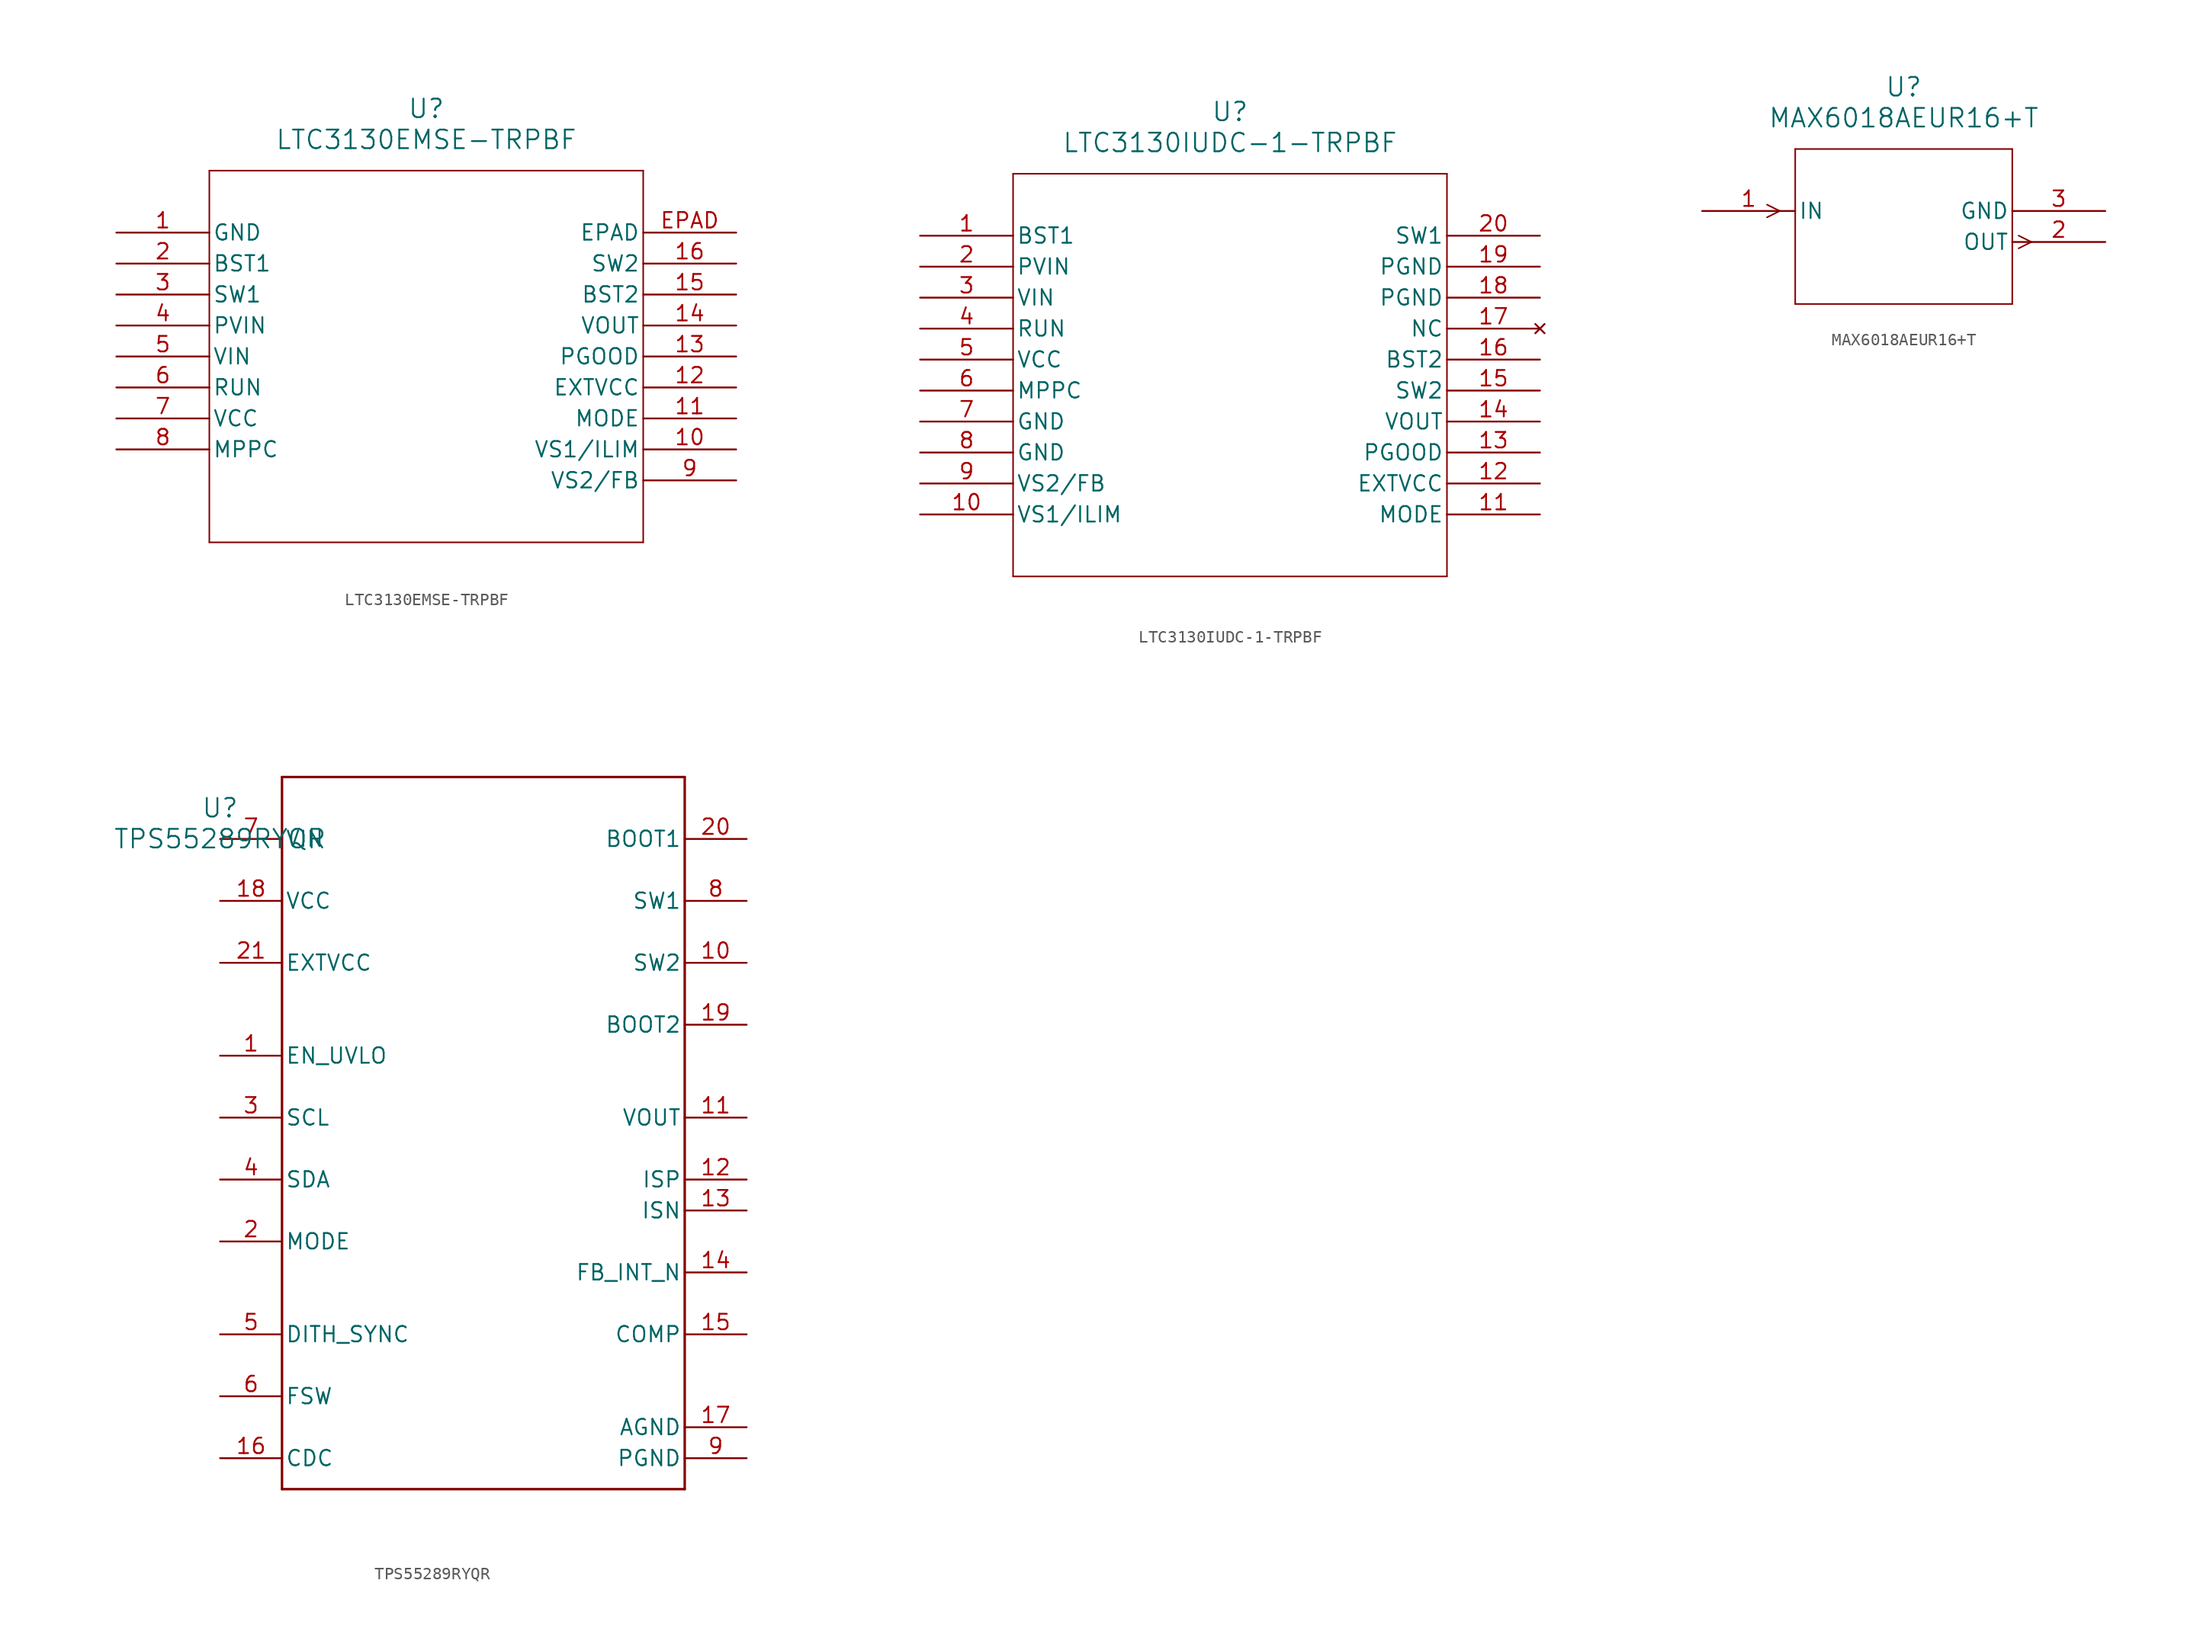
<source format=kicad_sym>
(kicad_symbol_lib
  (version 20231120)
  (generator "kicad_symbol_editor")
  (generator_version "8.0")
  (symbol "LTC3130EMSE-TRPBF"
    (pin_names
      (offset 0.254))
    (property "Reference" "U"
      (at 25.4 10.16 0)
      (effects (font (size 1.524 1.524))))
    (property "Value" "LTC3130EMSE-TRPBF"
      (at 25.4 7.62 0)
      (effects (font (size 1.524 1.524))))
    (property "ki_locked" ""
      (at 0 0 0)
      (effects (font (size 1.27 1.27))))
    (symbol "LTC3130EMSE-TRPBF_0_1"
      (polyline (pts (xy 7.62 -25.4) (xy 43.18 -25.4)) (stroke (width 0.127) (type default)) (fill (type none)))
      (polyline (pts (xy 7.62 5.08) (xy 7.62 -25.4)) (stroke (width 0.127) (type default)) (fill (type none)))
      (polyline (pts (xy 43.18 -25.4) (xy 43.18 5.08)) (stroke (width 0.127) (type default)) (fill (type none)))
      (polyline (pts (xy 43.18 5.08) (xy 7.62 5.08)) (stroke (width 0.127) (type default)) (fill (type none)))
      (pin power_out line (at 0 0 0) (length 7.62) (name "GND" (effects (font (size 1.27 1.27)))) (number "1" (effects (font (size 1.27 1.27)))))
      (pin bidirectional line (at 50.8 -17.78 180) (length 7.62) (name "VS1/ILIM" (effects (font (size 1.27 1.27)))) (number "10" (effects (font (size 1.27 1.27)))))
      (pin unspecified line (at 50.8 -15.24 180) (length 7.62) (name "MODE" (effects (font (size 1.27 1.27)))) (number "11" (effects (font (size 1.27 1.27)))))
      (pin input line (at 50.8 -12.7 180) (length 7.62) (name "EXTVCC" (effects (font (size 1.27 1.27)))) (number "12" (effects (font (size 1.27 1.27)))))
      (pin output line (at 50.8 -10.16 180) (length 7.62) (name "PGOOD" (effects (font (size 1.27 1.27)))) (number "13" (effects (font (size 1.27 1.27)))))
      (pin output line (at 50.8 -7.62 180) (length 7.62) (name "VOUT" (effects (font (size 1.27 1.27)))) (number "14" (effects (font (size 1.27 1.27)))))
      (pin unspecified line (at 50.8 -5.08 180) (length 7.62) (name "BST2" (effects (font (size 1.27 1.27)))) (number "15" (effects (font (size 1.27 1.27)))))
      (pin unspecified line (at 50.8 -2.54 180) (length 7.62) (name "SW2" (effects (font (size 1.27 1.27)))) (number "16" (effects (font (size 1.27 1.27)))))
      (pin unspecified line (at 0 -2.54 0) (length 7.62) (name "BST1" (effects (font (size 1.27 1.27)))) (number "2" (effects (font (size 1.27 1.27)))))
      (pin unspecified line (at 0 -5.08 0) (length 7.62) (name "SW1" (effects (font (size 1.27 1.27)))) (number "3" (effects (font (size 1.27 1.27)))))
      (pin input line (at 0 -7.62 0) (length 7.62) (name "PVIN" (effects (font (size 1.27 1.27)))) (number "4" (effects (font (size 1.27 1.27)))))
      (pin input line (at 0 -10.16 0) (length 7.62) (name "VIN" (effects (font (size 1.27 1.27)))) (number "5" (effects (font (size 1.27 1.27)))))
      (pin input line (at 0 -12.7 0) (length 7.62) (name "RUN" (effects (font (size 1.27 1.27)))) (number "6" (effects (font (size 1.27 1.27)))))
      (pin power_in line (at 0 -15.24 0) (length 7.62) (name "VCC" (effects (font (size 1.27 1.27)))) (number "7" (effects (font (size 1.27 1.27)))))
      (pin input line (at 0 -17.78 0) (length 7.62) (name "MPPC" (effects (font (size 1.27 1.27)))) (number "8" (effects (font (size 1.27 1.27)))))
      (pin bidirectional line (at 50.8 -20.32 180) (length 7.62) (name "VS2/FB" (effects (font (size 1.27 1.27)))) (number "9" (effects (font (size 1.27 1.27)))))
      (pin unspecified line (at 50.8 0 180) (length 7.62) (name "EPAD" (effects (font (size 1.27 1.27)))) (number "EPAD" (effects (font (size 1.27 1.27)))))))
  (symbol "LTC3130IUDC-1-TRPBF"
    (pin_names
      (offset 0.254))
    (property "Reference" "U"
      (at 25.4 10.16 0)
      (effects (font (size 1.524 1.524))))
    (property "Value" "LTC3130IUDC-1-TRPBF"
      (at 25.4 7.62 0)
      (effects (font (size 1.524 1.524))))
    (property "ki_locked" ""
      (at 0 0 0)
      (effects (font (size 1.27 1.27))))
    (symbol "LTC3130IUDC-1-TRPBF_0_1"
      (polyline (pts (xy 7.62 -27.94) (xy 43.18 -27.94)) (stroke (width 0.127) (type default)) (fill (type none)))
      (polyline (pts (xy 7.62 5.08) (xy 7.62 -27.94)) (stroke (width 0.127) (type default)) (fill (type none)))
      (polyline (pts (xy 43.18 -27.94) (xy 43.18 5.08)) (stroke (width 0.127) (type default)) (fill (type none)))
      (polyline (pts (xy 43.18 5.08) (xy 7.62 5.08)) (stroke (width 0.127) (type default)) (fill (type none)))
      (pin unspecified line (at 0 0 0) (length 7.62) (name "BST1" (effects (font (size 1.27 1.27)))) (number "1" (effects (font (size 1.27 1.27)))))
      (pin bidirectional line (at 0 -22.86 0) (length 7.62) (name "VS1/ILIM" (effects (font (size 1.27 1.27)))) (number "10" (effects (font (size 1.27 1.27)))))
      (pin unspecified line (at 50.8 -22.86 180) (length 7.62) (name "MODE" (effects (font (size 1.27 1.27)))) (number "11" (effects (font (size 1.27 1.27)))))
      (pin input line (at 50.8 -20.32 180) (length 7.62) (name "EXTVCC" (effects (font (size 1.27 1.27)))) (number "12" (effects (font (size 1.27 1.27)))))
      (pin output line (at 50.8 -17.78 180) (length 7.62) (name "PGOOD" (effects (font (size 1.27 1.27)))) (number "13" (effects (font (size 1.27 1.27)))))
      (pin output line (at 50.8 -15.24 180) (length 7.62) (name "VOUT" (effects (font (size 1.27 1.27)))) (number "14" (effects (font (size 1.27 1.27)))))
      (pin unspecified line (at 50.8 -12.7 180) (length 7.62) (name "SW2" (effects (font (size 1.27 1.27)))) (number "15" (effects (font (size 1.27 1.27)))))
      (pin unspecified line (at 50.8 -10.16 180) (length 7.62) (name "BST2" (effects (font (size 1.27 1.27)))) (number "16" (effects (font (size 1.27 1.27)))))
      (pin no_connect line (at 50.8 -7.62 180) (length 7.62) (name "NC" (effects (font (size 1.27 1.27)))) (number "17" (effects (font (size 1.27 1.27)))))
      (pin power_out line (at 50.8 -5.08 180) (length 7.62) (name "PGND" (effects (font (size 1.27 1.27)))) (number "18" (effects (font (size 1.27 1.27)))))
      (pin power_out line (at 50.8 -2.54 180) (length 7.62) (name "PGND" (effects (font (size 1.27 1.27)))) (number "19" (effects (font (size 1.27 1.27)))))
      (pin input line (at 0 -2.54 0) (length 7.62) (name "PVIN" (effects (font (size 1.27 1.27)))) (number "2" (effects (font (size 1.27 1.27)))))
      (pin unspecified line (at 50.8 0 180) (length 7.62) (name "SW1" (effects (font (size 1.27 1.27)))) (number "20" (effects (font (size 1.27 1.27)))))
      (pin input line (at 0 -5.08 0) (length 7.62) (name "VIN" (effects (font (size 1.27 1.27)))) (number "3" (effects (font (size 1.27 1.27)))))
      (pin input line (at 0 -7.62 0) (length 7.62) (name "RUN" (effects (font (size 1.27 1.27)))) (number "4" (effects (font (size 1.27 1.27)))))
      (pin power_in line (at 0 -10.16 0) (length 7.62) (name "VCC" (effects (font (size 1.27 1.27)))) (number "5" (effects (font (size 1.27 1.27)))))
      (pin unspecified line (at 0 -12.7 0) (length 7.62) (name "MPPC" (effects (font (size 1.27 1.27)))) (number "6" (effects (font (size 1.27 1.27)))))
      (pin power_out line (at 0 -15.24 0) (length 7.62) (name "GND" (effects (font (size 1.27 1.27)))) (number "7" (effects (font (size 1.27 1.27)))))
      (pin power_out line (at 0 -17.78 0) (length 7.62) (name "GND" (effects (font (size 1.27 1.27)))) (number "8" (effects (font (size 1.27 1.27)))))
      (pin bidirectional line (at 0 -20.32 0) (length 7.62) (name "VS2/FB" (effects (font (size 1.27 1.27)))) (number "9" (effects (font (size 1.27 1.27)))))))
  (symbol "MAX6018AEUR16+T"
    (pin_names
      (offset 0.254))
    (property "Reference" "U"
      (at 39.37 10.16 0)
      (effects (font (size 1.524 1.524))))
    (property "Value" "MAX6018AEUR16+T"
      (at 39.37 7.62 0)
      (effects (font (size 1.524 1.524))))
    (property "ki_locked" ""
      (at 0 0 0)
      (effects (font (size 1.27 1.27))))
    (symbol "MAX6018AEUR16+T_0_1"
      (polyline (pts (xy 29.21 0) (xy 28.169 -0.521)) (stroke (width 0.127) (type default)) (fill (type none)))
      (polyline (pts (xy 29.21 0) (xy 28.169 0.521)) (stroke (width 0.127) (type default)) (fill (type none)))
      (polyline (pts (xy 30.48 -7.62) (xy 48.26 -7.62)) (stroke (width 0.127) (type default)) (fill (type none)))
      (polyline (pts (xy 30.48 5.08) (xy 30.48 -7.62)) (stroke (width 0.127) (type default)) (fill (type none)))
      (polyline (pts (xy 48.26 -7.62) (xy 48.26 5.08)) (stroke (width 0.127) (type default)) (fill (type none)))
      (polyline (pts (xy 48.26 5.08) (xy 30.48 5.08)) (stroke (width 0.127) (type default)) (fill (type none)))
      (polyline (pts (xy 48.781 -3.061) (xy 49.822 -2.54)) (stroke (width 0.127) (type default)) (fill (type none)))
      (polyline (pts (xy 48.781 -2.019) (xy 49.822 -2.54)) (stroke (width 0.127) (type default)) (fill (type none)))
      (pin input line (at 22.86 0 0) (length 7.62) (name "IN" (effects (font (size 1.27 1.27)))) (number "1" (effects (font (size 1.27 1.27)))))
      (pin output line (at 55.88 -2.54 180) (length 7.62) (name "OUT" (effects (font (size 1.27 1.27)))) (number "2" (effects (font (size 1.27 1.27)))))
      (pin power_in line (at 55.88 0 180) (length 7.62) (name "GND" (effects (font (size 1.27 1.27)))) (number "3" (effects (font (size 1.27 1.27)))))))
  (symbol "TPS55289RYQR"
    (pin_names
      (offset 0.254))
    (property "Reference" "U"
      (at 0 2.54 0)
      (effects (font (size 1.524 1.524))))
    (property "Value" "TPS55289RYQR"
      (at 0 0 0)
      (effects (font (size 1.524 1.524))))
    (property "ki_locked" ""
      (at 0 0 0)
      (effects (font (size 1.27 1.27))))
    (symbol "TPS55289RYQR_0_1"
      (polyline (pts (xy 5.08 -53.34) (xy 38.1 -53.34)) (stroke (width 0.203) (type default)) (fill (type none)))
      (polyline (pts (xy 5.08 5.08) (xy 5.08 -53.34)) (stroke (width 0.203) (type default)) (fill (type none)))
      (polyline (pts (xy 38.1 -53.34) (xy 38.1 5.08)) (stroke (width 0.203) (type default)) (fill (type none)))
      (polyline (pts (xy 38.1 5.08) (xy 5.08 5.08)) (stroke (width 0.203) (type default)) (fill (type none)))
      (pin unspecified line (at 0 -17.78 0) (length 5.08) (name "EN_UVLO" (effects (font (size 1.27 1.27)))) (number "1" (effects (font (size 1.27 1.27)))))
      (pin unspecified line (at 43.18 -10.16 180) (length 5.08) (name "SW2" (effects (font (size 1.27 1.27)))) (number "10" (effects (font (size 1.27 1.27)))))
      (pin unspecified line (at 43.18 -22.86 180) (length 5.08) (name "VOUT" (effects (font (size 1.27 1.27)))) (number "11" (effects (font (size 1.27 1.27)))))
      (pin unspecified line (at 43.18 -27.94 180) (length 5.08) (name "ISP" (effects (font (size 1.27 1.27)))) (number "12" (effects (font (size 1.27 1.27)))))
      (pin unspecified line (at 43.18 -30.48 180) (length 5.08) (name "ISN" (effects (font (size 1.27 1.27)))) (number "13" (effects (font (size 1.27 1.27)))))
      (pin unspecified line (at 43.18 -35.56 180) (length 5.08) (name "FB_INT_N" (effects (font (size 1.27 1.27)))) (number "14" (effects (font (size 1.27 1.27)))))
      (pin unspecified line (at 43.18 -40.64 180) (length 5.08) (name "COMP" (effects (font (size 1.27 1.27)))) (number "15" (effects (font (size 1.27 1.27)))))
      (pin unspecified line (at 0 -50.8 0) (length 5.08) (name "CDC" (effects (font (size 1.27 1.27)))) (number "16" (effects (font (size 1.27 1.27)))))
      (pin unspecified line (at 43.18 -48.26 180) (length 5.08) (name "AGND" (effects (font (size 1.27 1.27)))) (number "17" (effects (font (size 1.27 1.27)))))
      (pin unspecified line (at 0 -5.08 0) (length 5.08) (name "VCC" (effects (font (size 1.27 1.27)))) (number "18" (effects (font (size 1.27 1.27)))))
      (pin unspecified line (at 43.18 -15.24 180) (length 5.08) (name "BOOT2" (effects (font (size 1.27 1.27)))) (number "19" (effects (font (size 1.27 1.27)))))
      (pin unspecified line (at 0 -33.02 0) (length 5.08) (name "MODE" (effects (font (size 1.27 1.27)))) (number "2" (effects (font (size 1.27 1.27)))))
      (pin unspecified line (at 43.18 0 180) (length 5.08) (name "BOOT1" (effects (font (size 1.27 1.27)))) (number "20" (effects (font (size 1.27 1.27)))))
      (pin unspecified line (at 0 -10.16 0) (length 5.08) (name "EXTVCC" (effects (font (size 1.27 1.27)))) (number "21" (effects (font (size 1.27 1.27)))))
      (pin unspecified line (at 0 -22.86 0) (length 5.08) (name "SCL" (effects (font (size 1.27 1.27)))) (number "3" (effects (font (size 1.27 1.27)))))
      (pin unspecified line (at 0 -27.94 0) (length 5.08) (name "SDA" (effects (font (size 1.27 1.27)))) (number "4" (effects (font (size 1.27 1.27)))))
      (pin unspecified line (at 0 -40.64 0) (length 5.08) (name "DITH_SYNC" (effects (font (size 1.27 1.27)))) (number "5" (effects (font (size 1.27 1.27)))))
      (pin unspecified line (at 0 -45.72 0) (length 5.08) (name "FSW" (effects (font (size 1.27 1.27)))) (number "6" (effects (font (size 1.27 1.27)))))
      (pin unspecified line (at 0 0 0) (length 5.08) (name "VIN" (effects (font (size 1.27 1.27)))) (number "7" (effects (font (size 1.27 1.27)))))
      (pin unspecified line (at 43.18 -5.08 180) (length 5.08) (name "SW1" (effects (font (size 1.27 1.27)))) (number "8" (effects (font (size 1.27 1.27)))))
      (pin unspecified line (at 43.18 -50.8 180) (length 5.08) (name "PGND" (effects (font (size 1.27 1.27)))) (number "9" (effects (font (size 1.27 1.27))))))))
</source>
